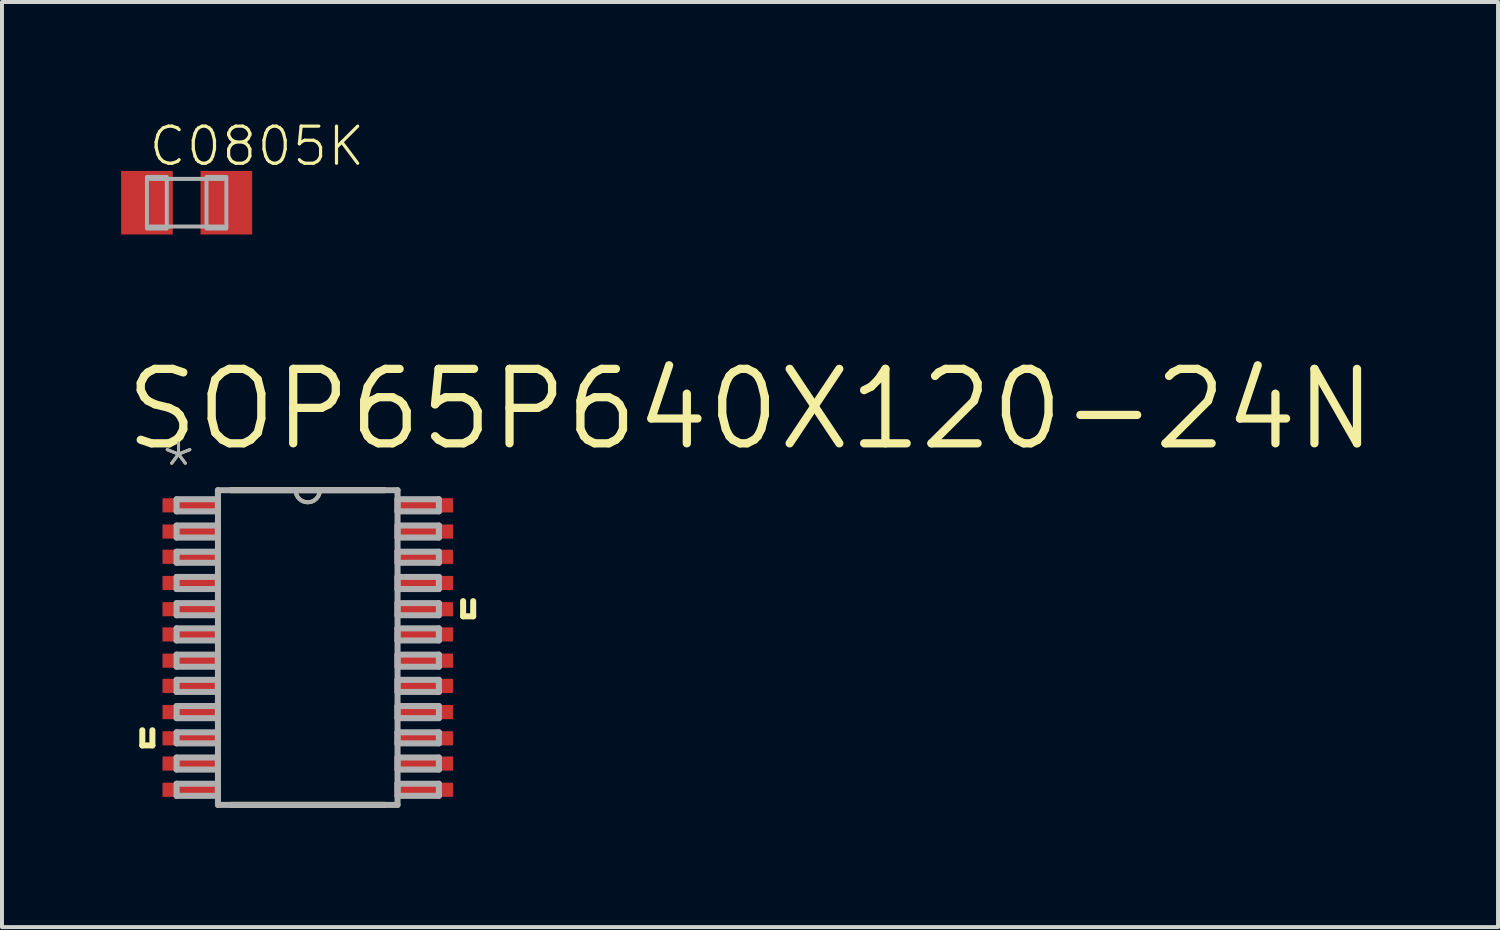
<source format=kicad_pcb>
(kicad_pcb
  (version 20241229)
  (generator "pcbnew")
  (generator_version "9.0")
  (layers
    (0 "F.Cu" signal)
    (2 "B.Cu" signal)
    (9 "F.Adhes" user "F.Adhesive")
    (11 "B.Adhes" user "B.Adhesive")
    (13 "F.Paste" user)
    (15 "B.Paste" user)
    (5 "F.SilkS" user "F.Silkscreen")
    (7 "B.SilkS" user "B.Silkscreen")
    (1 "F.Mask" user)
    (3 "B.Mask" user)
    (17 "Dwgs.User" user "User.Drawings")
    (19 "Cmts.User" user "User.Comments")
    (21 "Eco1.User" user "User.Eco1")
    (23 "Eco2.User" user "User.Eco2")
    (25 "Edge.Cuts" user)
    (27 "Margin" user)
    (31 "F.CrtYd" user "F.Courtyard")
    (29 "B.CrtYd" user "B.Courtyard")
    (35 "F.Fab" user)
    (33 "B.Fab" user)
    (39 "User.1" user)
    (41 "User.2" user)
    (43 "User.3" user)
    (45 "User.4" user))
  (footprint "SOP65P640X120-24N"
    (layer "F.Cu")
    (at 4.699 13.255)
    (property "Reference" "SOP65P640X120-24N" (at -4.699 -4.902 0) (layer "F.SilkS") (effects (font (size 1.875 1.875) (thickness 0.208)) (justify left bottom)))
    (fp_line (start -4.166 2.083) (end -4.166 2.464) (stroke (width 0.152) (type solid)) (layer "F.SilkS"))
    (fp_line (start -4.166 2.464) (end -3.912 2.464) (stroke (width 0.152) (type solid)) (layer "F.SilkS"))
    (fp_line (start -3.912 2.464) (end -3.912 2.083) (stroke (width 0.152) (type solid)) (layer "F.SilkS"))
    (fp_line (start -1.93 3.962) (end 1.93 3.962) (stroke (width 0.152) (type solid)) (layer "F.SilkS"))
    (fp_line (start -0.305 -3.962) (end -1.93 -3.962) (stroke (width 0.152) (type solid)) (layer "F.SilkS"))
    (fp_line (start 0.305 -3.962) (end -0.305 -3.962) (stroke (width 0.152) (type solid)) (layer "F.SilkS"))
    (fp_line (start 1.93 -3.962) (end 0.305 -3.962) (stroke (width 0.152) (type solid)) (layer "F.SilkS"))
    (fp_line (start 3.912 -0.787) (end 3.912 -1.168) (stroke (width 0.152) (type solid)) (layer "F.SilkS"))
    (fp_line (start 4.166 -1.168) (end 4.166 -0.787) (stroke (width 0.152) (type solid)) (layer "F.SilkS"))
    (fp_line (start 4.166 -0.787) (end 3.912 -0.787) (stroke (width 0.152) (type solid)) (layer "F.SilkS"))
    (fp_arc (start 0.3048 -3.9624) (mid 0 -3.6576) (end -0.3048 -3.9624) (stroke (width 0.1) (type solid)) (layer "F.SilkS"))
    (fp_line (start -3.302 -3.734) (end -3.302 -3.429) (stroke (width 0.152) (type solid)) (layer "F.Fab"))
    (fp_line (start -3.302 -3.429) (end -2.261 -3.429) (stroke (width 0.152) (type solid)) (layer "F.Fab"))
    (fp_line (start -3.302 -3.073) (end -3.302 -2.769) (stroke (width 0.152) (type solid)) (layer "F.Fab"))
    (fp_line (start -3.302 -2.769) (end -2.261 -2.769) (stroke (width 0.152) (type solid)) (layer "F.Fab"))
    (fp_line (start -3.302 -2.413) (end -3.302 -2.134) (stroke (width 0.152) (type solid)) (layer "F.Fab"))
    (fp_line (start -3.302 -2.134) (end -2.261 -2.134) (stroke (width 0.152) (type solid)) (layer "F.Fab"))
    (fp_line (start -3.302 -1.778) (end -3.302 -1.473) (stroke (width 0.152) (type solid)) (layer "F.Fab"))
    (fp_line (start -3.302 -1.473) (end -2.261 -1.473) (stroke (width 0.152) (type solid)) (layer "F.Fab"))
    (fp_line (start -3.302 -1.118) (end -3.302 -0.813) (stroke (width 0.152) (type solid)) (layer "F.Fab"))
    (fp_line (start -3.302 -0.813) (end -2.261 -0.813) (stroke (width 0.152) (type solid)) (layer "F.Fab"))
    (fp_line (start -3.302 -0.483) (end -3.302 -0.178) (stroke (width 0.152) (type solid)) (layer "F.Fab"))
    (fp_line (start -3.302 -0.178) (end -2.261 -0.178) (stroke (width 0.152) (type solid)) (layer "F.Fab"))
    (fp_line (start -3.302 0.178) (end -3.302 0.483) (stroke (width 0.152) (type solid)) (layer "F.Fab"))
    (fp_line (start -3.302 0.483) (end -2.261 0.483) (stroke (width 0.152) (type solid)) (layer "F.Fab"))
    (fp_line (start -3.302 0.813) (end -3.302 1.118) (stroke (width 0.152) (type solid)) (layer "F.Fab"))
    (fp_line (start -3.302 1.118) (end -2.261 1.118) (stroke (width 0.152) (type solid)) (layer "F.Fab"))
    (fp_line (start -3.302 1.473) (end -3.302 1.778) (stroke (width 0.152) (type solid)) (layer "F.Fab"))
    (fp_line (start -3.302 1.778) (end -2.261 1.778) (stroke (width 0.152) (type solid)) (layer "F.Fab"))
    (fp_line (start -3.302 2.134) (end -3.302 2.413) (stroke (width 0.152) (type solid)) (layer "F.Fab"))
    (fp_line (start -3.302 2.413) (end -2.261 2.413) (stroke (width 0.152) (type solid)) (layer "F.Fab"))
    (fp_line (start -3.302 2.769) (end -3.302 3.073) (stroke (width 0.152) (type solid)) (layer "F.Fab"))
    (fp_line (start -3.302 3.073) (end -2.261 3.073) (stroke (width 0.152) (type solid)) (layer "F.Fab"))
    (fp_line (start -3.302 3.429) (end -3.302 3.734) (stroke (width 0.152) (type solid)) (layer "F.Fab"))
    (fp_line (start -3.302 3.734) (end -2.261 3.734) (stroke (width 0.152) (type solid)) (layer "F.Fab"))
    (fp_line (start -2.261 -3.962) (end -2.261 3.962) (stroke (width 0.152) (type solid)) (layer "F.Fab"))
    (fp_line (start -2.261 -3.734) (end -3.302 -3.734) (stroke (width 0.152) (type solid)) (layer "F.Fab"))
    (fp_line (start -2.261 -3.429) (end -2.261 -3.734) (stroke (width 0.152) (type solid)) (layer "F.Fab"))
    (fp_line (start -2.261 -3.073) (end -3.302 -3.073) (stroke (width 0.152) (type solid)) (layer "F.Fab"))
    (fp_line (start -2.261 -2.769) (end -2.261 -3.073) (stroke (width 0.152) (type solid)) (layer "F.Fab"))
    (fp_line (start -2.261 -2.413) (end -3.302 -2.413) (stroke (width 0.152) (type solid)) (layer "F.Fab"))
    (fp_line (start -2.261 -2.134) (end -2.261 -2.413) (stroke (width 0.152) (type solid)) (layer "F.Fab"))
    (fp_line (start -2.261 -1.778) (end -3.302 -1.778) (stroke (width 0.152) (type solid)) (layer "F.Fab"))
    (fp_line (start -2.261 -1.473) (end -2.261 -1.778) (stroke (width 0.152) (type solid)) (layer "F.Fab"))
    (fp_line (start -2.261 -1.118) (end -3.302 -1.118) (stroke (width 0.152) (type solid)) (layer "F.Fab"))
    (fp_line (start -2.261 -0.813) (end -2.261 -1.118) (stroke (width 0.152) (type solid)) (layer "F.Fab"))
    (fp_line (start -2.261 -0.483) (end -3.302 -0.483) (stroke (width 0.152) (type solid)) (layer "F.Fab"))
    (fp_line (start -2.261 -0.178) (end -2.261 -0.483) (stroke (width 0.152) (type solid)) (layer "F.Fab"))
    (fp_line (start -2.261 0.178) (end -3.302 0.178) (stroke (width 0.152) (type solid)) (layer "F.Fab"))
    (fp_line (start -2.261 0.483) (end -2.261 0.178) (stroke (width 0.152) (type solid)) (layer "F.Fab"))
    (fp_line (start -2.261 0.813) (end -3.302 0.813) (stroke (width 0.152) (type solid)) (layer "F.Fab"))
    (fp_line (start -2.261 1.118) (end -2.261 0.813) (stroke (width 0.152) (type solid)) (layer "F.Fab"))
    (fp_line (start -2.261 1.473) (end -3.302 1.473) (stroke (width 0.152) (type solid)) (layer "F.Fab"))
    (fp_line (start -2.261 1.778) (end -2.261 1.473) (stroke (width 0.152) (type solid)) (layer "F.Fab"))
    (fp_line (start -2.261 2.134) (end -3.302 2.134) (stroke (width 0.152) (type solid)) (layer "F.Fab"))
    (fp_line (start -2.261 2.413) (end -2.261 2.134) (stroke (width 0.152) (type solid)) (layer "F.Fab"))
    (fp_line (start -2.261 2.769) (end -3.302 2.769) (stroke (width 0.152) (type solid)) (layer "F.Fab"))
    (fp_line (start -2.261 3.073) (end -2.261 2.769) (stroke (width 0.152) (type solid)) (layer "F.Fab"))
    (fp_line (start -2.261 3.429) (end -3.302 3.429) (stroke (width 0.152) (type solid)) (layer "F.Fab"))
    (fp_line (start -2.261 3.734) (end -2.261 3.429) (stroke (width 0.152) (type solid)) (layer "F.Fab"))
    (fp_line (start -2.261 3.962) (end 2.261 3.962) (stroke (width 0.152) (type solid)) (layer "F.Fab"))
    (fp_line (start -0.305 -3.962) (end -2.261 -3.962) (stroke (width 0.152) (type solid)) (layer "F.Fab"))
    (fp_line (start 0.305 -3.962) (end -0.305 -3.962) (stroke (width 0.152) (type solid)) (layer "F.Fab"))
    (fp_line (start 2.261 -3.962) (end 0.305 -3.962) (stroke (width 0.152) (type solid)) (layer "F.Fab"))
    (fp_line (start 2.261 -3.734) (end 2.261 -3.429) (stroke (width 0.152) (type solid)) (layer "F.Fab"))
    (fp_line (start 2.261 -3.429) (end 3.302 -3.429) (stroke (width 0.152) (type solid)) (layer "F.Fab"))
    (fp_line (start 2.261 -3.073) (end 2.261 -2.769) (stroke (width 0.152) (type solid)) (layer "F.Fab"))
    (fp_line (start 2.261 -2.769) (end 3.302 -2.769) (stroke (width 0.152) (type solid)) (layer "F.Fab"))
    (fp_line (start 2.261 -2.413) (end 2.261 -2.134) (stroke (width 0.152) (type solid)) (layer "F.Fab"))
    (fp_line (start 2.261 -2.134) (end 3.302 -2.134) (stroke (width 0.152) (type solid)) (layer "F.Fab"))
    (fp_line (start 2.261 -1.778) (end 2.261 -1.473) (stroke (width 0.152) (type solid)) (layer "F.Fab"))
    (fp_line (start 2.261 -1.473) (end 3.302 -1.473) (stroke (width 0.152) (type solid)) (layer "F.Fab"))
    (fp_line (start 2.261 -1.118) (end 2.261 -0.813) (stroke (width 0.152) (type solid)) (layer "F.Fab"))
    (fp_line (start 2.261 -0.813) (end 3.302 -0.813) (stroke (width 0.152) (type solid)) (layer "F.Fab"))
    (fp_line (start 2.261 -0.483) (end 2.261 -0.178) (stroke (width 0.152) (type solid)) (layer "F.Fab"))
    (fp_line (start 2.261 -0.178) (end 3.302 -0.178) (stroke (width 0.152) (type solid)) (layer "F.Fab"))
    (fp_line (start 2.261 0.178) (end 2.261 0.483) (stroke (width 0.152) (type solid)) (layer "F.Fab"))
    (fp_line (start 2.261 0.483) (end 3.302 0.483) (stroke (width 0.152) (type solid)) (layer "F.Fab"))
    (fp_line (start 2.261 0.813) (end 2.261 1.118) (stroke (width 0.152) (type solid)) (layer "F.Fab"))
    (fp_line (start 2.261 1.118) (end 3.302 1.118) (stroke (width 0.152) (type solid)) (layer "F.Fab"))
    (fp_line (start 2.261 1.473) (end 2.261 1.778) (stroke (width 0.152) (type solid)) (layer "F.Fab"))
    (fp_line (start 2.261 1.778) (end 3.302 1.778) (stroke (width 0.152) (type solid)) (layer "F.Fab"))
    (fp_line (start 2.261 2.134) (end 2.261 2.413) (stroke (width 0.152) (type solid)) (layer "F.Fab"))
    (fp_line (start 2.261 2.413) (end 3.302 2.413) (stroke (width 0.152) (type solid)) (layer "F.Fab"))
    (fp_line (start 2.261 2.769) (end 2.261 3.073) (stroke (width 0.152) (type solid)) (layer "F.Fab"))
    (fp_line (start 2.261 3.073) (end 3.302 3.073) (stroke (width 0.152) (type solid)) (layer "F.Fab"))
    (fp_line (start 2.261 3.429) (end 2.261 3.734) (stroke (width 0.152) (type solid)) (layer "F.Fab"))
    (fp_line (start 2.261 3.734) (end 3.302 3.734) (stroke (width 0.152) (type solid)) (layer "F.Fab"))
    (fp_line (start 2.261 3.962) (end 2.261 -3.962) (stroke (width 0.152) (type solid)) (layer "F.Fab"))
    (fp_line (start 3.302 -3.734) (end 2.261 -3.734) (stroke (width 0.152) (type solid)) (layer "F.Fab"))
    (fp_line (start 3.302 -3.429) (end 3.302 -3.734) (stroke (width 0.152) (type solid)) (layer "F.Fab"))
    (fp_line (start 3.302 -3.073) (end 2.261 -3.073) (stroke (width 0.152) (type solid)) (layer "F.Fab"))
    (fp_line (start 3.302 -2.769) (end 3.302 -3.073) (stroke (width 0.152) (type solid)) (layer "F.Fab"))
    (fp_line (start 3.302 -2.413) (end 2.261 -2.413) (stroke (width 0.152) (type solid)) (layer "F.Fab"))
    (fp_line (start 3.302 -2.134) (end 3.302 -2.413) (stroke (width 0.152) (type solid)) (layer "F.Fab"))
    (fp_line (start 3.302 -1.778) (end 2.261 -1.778) (stroke (width 0.152) (type solid)) (layer "F.Fab"))
    (fp_line (start 3.302 -1.473) (end 3.302 -1.778) (stroke (width 0.152) (type solid)) (layer "F.Fab"))
    (fp_line (start 3.302 -1.118) (end 2.261 -1.118) (stroke (width 0.152) (type solid)) (layer "F.Fab"))
    (fp_line (start 3.302 -0.813) (end 3.302 -1.118) (stroke (width 0.152) (type solid)) (layer "F.Fab"))
    (fp_line (start 3.302 -0.483) (end 2.261 -0.483) (stroke (width 0.152) (type solid)) (layer "F.Fab"))
    (fp_line (start 3.302 -0.178) (end 3.302 -0.483) (stroke (width 0.152) (type solid)) (layer "F.Fab"))
    (fp_line (start 3.302 0.178) (end 2.261 0.178) (stroke (width 0.152) (type solid)) (layer "F.Fab"))
    (fp_line (start 3.302 0.483) (end 3.302 0.178) (stroke (width 0.152) (type solid)) (layer "F.Fab"))
    (fp_line (start 3.302 0.813) (end 2.261 0.813) (stroke (width 0.152) (type solid)) (layer "F.Fab"))
    (fp_line (start 3.302 1.118) (end 3.302 0.813) (stroke (width 0.152) (type solid)) (layer "F.Fab"))
    (fp_line (start 3.302 1.473) (end 2.261 1.473) (stroke (width 0.152) (type solid)) (layer "F.Fab"))
    (fp_line (start 3.302 1.778) (end 3.302 1.473) (stroke (width 0.152) (type solid)) (layer "F.Fab"))
    (fp_line (start 3.302 2.134) (end 2.261 2.134) (stroke (width 0.152) (type solid)) (layer "F.Fab"))
    (fp_line (start 3.302 2.413) (end 3.302 2.134) (stroke (width 0.152) (type solid)) (layer "F.Fab"))
    (fp_line (start 3.302 2.769) (end 2.261 2.769) (stroke (width 0.152) (type solid)) (layer "F.Fab"))
    (fp_line (start 3.302 3.073) (end 3.302 2.769) (stroke (width 0.152) (type solid)) (layer "F.Fab"))
    (fp_line (start 3.302 3.429) (end 2.261 3.429) (stroke (width 0.152) (type solid)) (layer "F.Fab"))
    (fp_line (start 3.302 3.734) (end 3.302 3.429) (stroke (width 0.152) (type solid)) (layer "F.Fab"))
    (fp_arc (start 0.3048 -3.9624) (mid 0 -3.6576) (end -0.3048 -3.9624) (stroke (width 0.1) (type solid)) (layer "F.Fab"))
    (fp_text user "*" (at -3.759 -3.81 0) (layer "F.SilkS") (effects (font (size 1.194 1.194) (thickness 0.076)) (justify left bottom)))
    (fp_text user "*" (at -3.759 -3.81 0) (layer "F.Fab") (effects (font (size 1.194 1.194) (thickness 0.076)) (justify left bottom)))
    (pad "1" smd rect (at -2.921 -3.581) (size 1.473 0.356) (layers "F.Cu" "F.Mask" "F.Paste"))
    (pad "2" smd rect (at -2.921 -2.921) (size 1.473 0.356) (layers "F.Cu" "F.Mask" "F.Paste"))
    (pad "3" smd rect (at -2.921 -2.286) (size 1.473 0.356) (layers "F.Cu" "F.Mask" "F.Paste"))
    (pad "4" smd rect (at -2.921 -1.626) (size 1.473 0.356) (layers "F.Cu" "F.Mask" "F.Paste"))
    (pad "5" smd rect (at -2.921 -0.965) (size 1.473 0.356) (layers "F.Cu" "F.Mask" "F.Paste"))
    (pad "6" smd rect (at -2.921 -0.33) (size 1.473 0.356) (layers "F.Cu" "F.Mask" "F.Paste"))
    (pad "7" smd rect (at -2.921 0.33) (size 1.473 0.356) (layers "F.Cu" "F.Mask" "F.Paste"))
    (pad "8" smd rect (at -2.921 0.965) (size 1.473 0.356) (layers "F.Cu" "F.Mask" "F.Paste"))
    (pad "9" smd rect (at -2.921 1.626) (size 1.473 0.356) (layers "F.Cu" "F.Mask" "F.Paste"))
    (pad "10" smd rect (at -2.921 2.286) (size 1.473 0.356) (layers "F.Cu" "F.Mask" "F.Paste"))
    (pad "11" smd rect (at -2.921 2.921) (size 1.473 0.356) (layers "F.Cu" "F.Mask" "F.Paste"))
    (pad "12" smd rect (at -2.921 3.581) (size 1.473 0.356) (layers "F.Cu" "F.Mask" "F.Paste"))
    (pad "13" smd rect (at 2.921 3.581) (size 1.473 0.356) (layers "F.Cu" "F.Mask" "F.Paste"))
    (pad "14" smd rect (at 2.921 2.921) (size 1.473 0.356) (layers "F.Cu" "F.Mask" "F.Paste"))
    (pad "15" smd rect (at 2.921 2.286) (size 1.473 0.356) (layers "F.Cu" "F.Mask" "F.Paste"))
    (pad "16" smd rect (at 2.921 1.626) (size 1.473 0.356) (layers "F.Cu" "F.Mask" "F.Paste"))
    (pad "17" smd rect (at 2.921 0.965) (size 1.473 0.356) (layers "F.Cu" "F.Mask" "F.Paste"))
    (pad "18" smd rect (at 2.921 0.33) (size 1.473 0.356) (layers "F.Cu" "F.Mask" "F.Paste"))
    (pad "19" smd rect (at 2.921 -0.33) (size 1.473 0.356) (layers "F.Cu" "F.Mask" "F.Paste"))
    (pad "20" smd rect (at 2.921 -0.965) (size 1.473 0.356) (layers "F.Cu" "F.Mask" "F.Paste"))
    (pad "21" smd rect (at 2.921 -1.626) (size 1.473 0.356) (layers "F.Cu" "F.Mask" "F.Paste"))
    (pad "22" smd rect (at 2.921 -2.286) (size 1.473 0.356) (layers "F.Cu" "F.Mask" "F.Paste"))
    (pad "23" smd rect (at 2.921 -2.921) (size 1.473 0.356) (layers "F.Cu" "F.Mask" "F.Paste"))
    (pad "24" smd rect (at 2.921 -3.581) (size 1.473 0.356) (layers "F.Cu" "F.Mask" "F.Paste")))
  (footprint "C0805K"
    (layer "F.Cu")
    (at 1.65 2.054)
    (property "Reference" "C0805K" (at -1 -0.875 0) (layer "F.SilkS") (effects (font (size 0.935 0.935) (thickness 0.081)) (justify left bottom)))
    (fp_line (start -0.925 -0.6) (end 0.925 -0.6) (stroke (width 0.102) (type solid)) (layer "F.Fab"))
    (fp_line (start 0.925 0.6) (end -0.925 0.6) (stroke (width 0.102) (type solid)) (layer "F.Fab"))
    (fp_poly (pts (xy -1 0.65) (xy -0.5 0.65) (xy -0.5 -0.65) (xy -1 -0.65)) (stroke (width 0.1) (type default)) (fill no) (layer "F.Fab"))
    (fp_poly (pts (xy 0.5 0.65) (xy 1 0.65) (xy 1 -0.65) (xy 0.5 -0.65)) (stroke (width 0.1) (type default)) (fill no) (layer "F.Fab"))
    (pad "1" smd rect (at -1 0) (size 1.3 1.6) (layers "F.Cu" "F.Mask" "F.Paste"))
    (pad "2" smd rect (at 1 0) (size 1.3 1.6) (layers "F.Cu" "F.Mask" "F.Paste")))
  (gr_rect
    (start -3 -3)
    (end 34.67 20.294)
    (stroke (width 0.1) (type default))
    (fill no)
    (layer "Edge.Cuts")))
</source>
